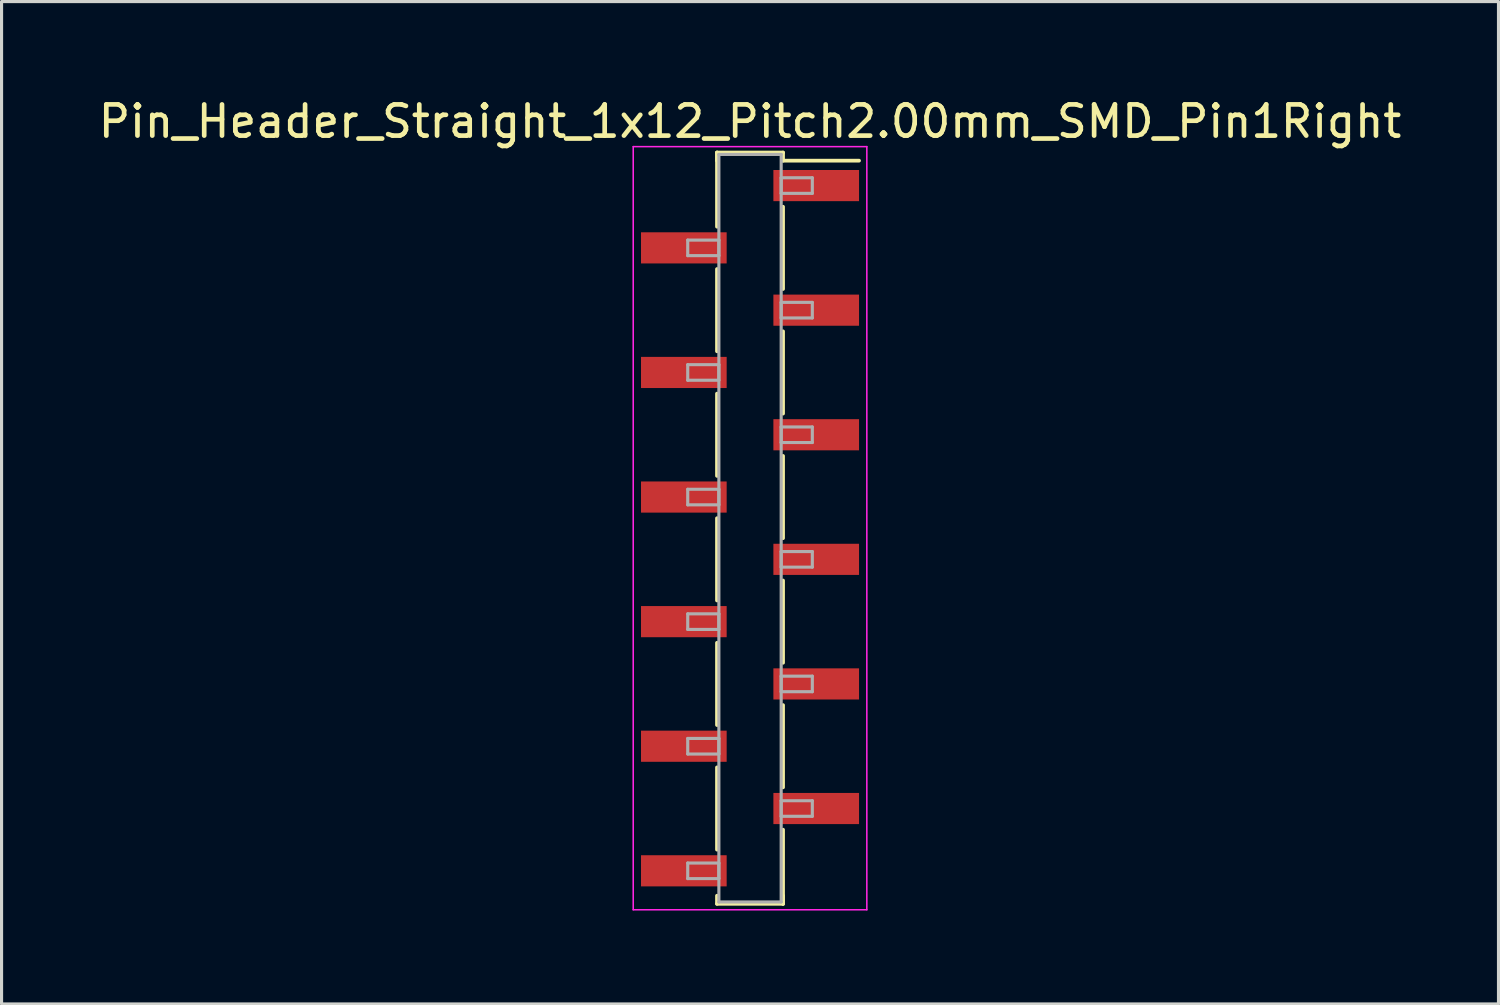
<source format=kicad_pcb>
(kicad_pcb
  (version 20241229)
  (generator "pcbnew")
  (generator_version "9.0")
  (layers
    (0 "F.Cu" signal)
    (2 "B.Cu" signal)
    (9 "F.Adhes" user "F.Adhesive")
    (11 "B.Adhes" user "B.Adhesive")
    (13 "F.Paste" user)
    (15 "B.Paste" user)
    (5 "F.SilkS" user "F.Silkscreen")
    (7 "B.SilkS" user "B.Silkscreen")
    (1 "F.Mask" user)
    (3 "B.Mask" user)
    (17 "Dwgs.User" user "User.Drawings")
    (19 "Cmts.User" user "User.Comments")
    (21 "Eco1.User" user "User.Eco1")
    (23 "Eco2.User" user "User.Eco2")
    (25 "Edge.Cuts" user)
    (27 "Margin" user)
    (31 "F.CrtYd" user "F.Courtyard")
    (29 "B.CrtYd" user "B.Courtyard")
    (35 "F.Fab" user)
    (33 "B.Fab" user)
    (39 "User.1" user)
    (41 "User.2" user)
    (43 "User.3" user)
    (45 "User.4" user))
  (footprint "Pin_Header_Straight_1x12_Pitch2.00mm_SMD_Pin1Right"
    (layer "F.Cu")
    (at 21.03 13.908)
    (property "Reference" "Pin_Header_Straight_1x12_Pitch2.00mm_SMD_Pin1Right" (at 0 -13.06 0) (layer "F.SilkS") (effects (font (size 1 1) (thickness 0.15))))
    (attr smd)
    (fp_line (start -1.06 -12.06) (end -1.06 -9.68) (stroke (width 0.12) (type solid)) (layer "F.SilkS"))
    (fp_line (start -1.06 -12.06) (end 1.06 -12.06) (stroke (width 0.12) (type solid)) (layer "F.SilkS"))
    (fp_line (start -1.06 -11.8) (end -1.06 -12.06) (stroke (width 0.12) (type solid)) (layer "F.SilkS"))
    (fp_line (start -1.06 -8.32) (end -1.06 -5.68) (stroke (width 0.12) (type solid)) (layer "F.SilkS"))
    (fp_line (start -1.06 -4.32) (end -1.06 -1.68) (stroke (width 0.12) (type solid)) (layer "F.SilkS"))
    (fp_line (start -1.06 -0.32) (end -1.06 2.32) (stroke (width 0.12) (type solid)) (layer "F.SilkS"))
    (fp_line (start -1.06 3.68) (end -1.06 6.32) (stroke (width 0.12) (type solid)) (layer "F.SilkS"))
    (fp_line (start -1.06 7.68) (end -1.06 10.32) (stroke (width 0.12) (type solid)) (layer "F.SilkS"))
    (fp_line (start -1.06 11.8) (end -1.06 12.06) (stroke (width 0.12) (type solid)) (layer "F.SilkS"))
    (fp_line (start -1.06 12.06) (end 1.06 12.06) (stroke (width 0.12) (type solid)) (layer "F.SilkS"))
    (fp_line (start 1.06 -12.06) (end 1.06 -11.8) (stroke (width 0.12) (type solid)) (layer "F.SilkS"))
    (fp_line (start 1.06 -11.8) (end 3.5 -11.8) (stroke (width 0.12) (type solid)) (layer "F.SilkS"))
    (fp_line (start 1.06 -10.32) (end 1.06 -7.68) (stroke (width 0.12) (type solid)) (layer "F.SilkS"))
    (fp_line (start 1.06 -6.32) (end 1.06 -3.68) (stroke (width 0.12) (type solid)) (layer "F.SilkS"))
    (fp_line (start 1.06 -2.32) (end 1.06 0.32) (stroke (width 0.12) (type solid)) (layer "F.SilkS"))
    (fp_line (start 1.06 1.68) (end 1.06 4.32) (stroke (width 0.12) (type solid)) (layer "F.SilkS"))
    (fp_line (start 1.06 5.68) (end 1.06 8.32) (stroke (width 0.12) (type solid)) (layer "F.SilkS"))
    (fp_line (start 1.06 9.68) (end 1.06 12.06) (stroke (width 0.12) (type solid)) (layer "F.SilkS"))
    (fp_line (start 1.06 12.06) (end 1.06 11.8) (stroke (width 0.12) (type solid)) (layer "F.SilkS"))
    (fp_line (start -3.75 -12.25) (end -3.75 12.25) (stroke (width 0.05) (type solid)) (layer "F.CrtYd"))
    (fp_line (start -3.75 12.25) (end 3.75 12.25) (stroke (width 0.05) (type solid)) (layer "F.CrtYd"))
    (fp_line (start 3.75 -12.25) (end -3.75 -12.25) (stroke (width 0.05) (type solid)) (layer "F.CrtYd"))
    (fp_line (start 3.75 12.25) (end 3.75 -12.25) (stroke (width 0.05) (type solid)) (layer "F.CrtYd"))
    (fp_line (start -2 -9.25) (end -1 -9.25) (stroke (width 0.1) (type solid)) (layer "F.Fab"))
    (fp_line (start -2 -8.75) (end -2 -9.25) (stroke (width 0.1) (type solid)) (layer "F.Fab"))
    (fp_line (start -2 -5.25) (end -1 -5.25) (stroke (width 0.1) (type solid)) (layer "F.Fab"))
    (fp_line (start -2 -4.75) (end -2 -5.25) (stroke (width 0.1) (type solid)) (layer "F.Fab"))
    (fp_line (start -2 -1.25) (end -1 -1.25) (stroke (width 0.1) (type solid)) (layer "F.Fab"))
    (fp_line (start -2 -0.75) (end -2 -1.25) (stroke (width 0.1) (type solid)) (layer "F.Fab"))
    (fp_line (start -2 2.75) (end -1 2.75) (stroke (width 0.1) (type solid)) (layer "F.Fab"))
    (fp_line (start -2 3.25) (end -2 2.75) (stroke (width 0.1) (type solid)) (layer "F.Fab"))
    (fp_line (start -2 6.75) (end -1 6.75) (stroke (width 0.1) (type solid)) (layer "F.Fab"))
    (fp_line (start -2 7.25) (end -2 6.75) (stroke (width 0.1) (type solid)) (layer "F.Fab"))
    (fp_line (start -2 10.75) (end -1 10.75) (stroke (width 0.1) (type solid)) (layer "F.Fab"))
    (fp_line (start -2 11.25) (end -2 10.75) (stroke (width 0.1) (type solid)) (layer "F.Fab"))
    (fp_line (start -1 -12) (end -1 12) (stroke (width 0.1) (type solid)) (layer "F.Fab"))
    (fp_line (start -1 -9.25) (end -1 -8.75) (stroke (width 0.1) (type solid)) (layer "F.Fab"))
    (fp_line (start -1 -8.75) (end -2 -8.75) (stroke (width 0.1) (type solid)) (layer "F.Fab"))
    (fp_line (start -1 -5.25) (end -1 -4.75) (stroke (width 0.1) (type solid)) (layer "F.Fab"))
    (fp_line (start -1 -4.75) (end -2 -4.75) (stroke (width 0.1) (type solid)) (layer "F.Fab"))
    (fp_line (start -1 -1.25) (end -1 -0.75) (stroke (width 0.1) (type solid)) (layer "F.Fab"))
    (fp_line (start -1 -0.75) (end -2 -0.75) (stroke (width 0.1) (type solid)) (layer "F.Fab"))
    (fp_line (start -1 2.75) (end -1 3.25) (stroke (width 0.1) (type solid)) (layer "F.Fab"))
    (fp_line (start -1 3.25) (end -2 3.25) (stroke (width 0.1) (type solid)) (layer "F.Fab"))
    (fp_line (start -1 6.75) (end -1 7.25) (stroke (width 0.1) (type solid)) (layer "F.Fab"))
    (fp_line (start -1 7.25) (end -2 7.25) (stroke (width 0.1) (type solid)) (layer "F.Fab"))
    (fp_line (start -1 10.75) (end -1 11.25) (stroke (width 0.1) (type solid)) (layer "F.Fab"))
    (fp_line (start -1 11.25) (end -2 11.25) (stroke (width 0.1) (type solid)) (layer "F.Fab"))
    (fp_line (start -1 12) (end 1 12) (stroke (width 0.1) (type solid)) (layer "F.Fab"))
    (fp_line (start 1 -12) (end -1 -12) (stroke (width 0.1) (type solid)) (layer "F.Fab"))
    (fp_line (start 1 -11.25) (end 1 -10.75) (stroke (width 0.1) (type solid)) (layer "F.Fab"))
    (fp_line (start 1 -10.75) (end 2 -10.75) (stroke (width 0.1) (type solid)) (layer "F.Fab"))
    (fp_line (start 1 -7.25) (end 1 -6.75) (stroke (width 0.1) (type solid)) (layer "F.Fab"))
    (fp_line (start 1 -6.75) (end 2 -6.75) (stroke (width 0.1) (type solid)) (layer "F.Fab"))
    (fp_line (start 1 -3.25) (end 1 -2.75) (stroke (width 0.1) (type solid)) (layer "F.Fab"))
    (fp_line (start 1 -2.75) (end 2 -2.75) (stroke (width 0.1) (type solid)) (layer "F.Fab"))
    (fp_line (start 1 0.75) (end 1 1.25) (stroke (width 0.1) (type solid)) (layer "F.Fab"))
    (fp_line (start 1 1.25) (end 2 1.25) (stroke (width 0.1) (type solid)) (layer "F.Fab"))
    (fp_line (start 1 4.75) (end 1 5.25) (stroke (width 0.1) (type solid)) (layer "F.Fab"))
    (fp_line (start 1 5.25) (end 2 5.25) (stroke (width 0.1) (type solid)) (layer "F.Fab"))
    (fp_line (start 1 8.75) (end 1 9.25) (stroke (width 0.1) (type solid)) (layer "F.Fab"))
    (fp_line (start 1 9.25) (end 2 9.25) (stroke (width 0.1) (type solid)) (layer "F.Fab"))
    (fp_line (start 1 12) (end 1 -12) (stroke (width 0.1) (type solid)) (layer "F.Fab"))
    (fp_line (start 2 -11.25) (end 1 -11.25) (stroke (width 0.1) (type solid)) (layer "F.Fab"))
    (fp_line (start 2 -10.75) (end 2 -11.25) (stroke (width 0.1) (type solid)) (layer "F.Fab"))
    (fp_line (start 2 -7.25) (end 1 -7.25) (stroke (width 0.1) (type solid)) (layer "F.Fab"))
    (fp_line (start 2 -6.75) (end 2 -7.25) (stroke (width 0.1) (type solid)) (layer "F.Fab"))
    (fp_line (start 2 -3.25) (end 1 -3.25) (stroke (width 0.1) (type solid)) (layer "F.Fab"))
    (fp_line (start 2 -2.75) (end 2 -3.25) (stroke (width 0.1) (type solid)) (layer "F.Fab"))
    (fp_line (start 2 0.75) (end 1 0.75) (stroke (width 0.1) (type solid)) (layer "F.Fab"))
    (fp_line (start 2 1.25) (end 2 0.75) (stroke (width 0.1) (type solid)) (layer "F.Fab"))
    (fp_line (start 2 4.75) (end 1 4.75) (stroke (width 0.1) (type solid)) (layer "F.Fab"))
    (fp_line (start 2 5.25) (end 2 4.75) (stroke (width 0.1) (type solid)) (layer "F.Fab"))
    (fp_line (start 2 8.75) (end 1 8.75) (stroke (width 0.1) (type solid)) (layer "F.Fab"))
    (fp_line (start 2 9.25) (end 2 8.75) (stroke (width 0.1) (type solid)) (layer "F.Fab"))
    (pad "1" smd rect (at 2.125 -11) (size 2.75 1) (layers "F.Cu" "F.Mask"))
    (pad "2" smd rect (at -2.125 -9) (size 2.75 1) (layers "F.Cu" "F.Mask"))
    (pad "3" smd rect (at 2.125 -7) (size 2.75 1) (layers "F.Cu" "F.Mask"))
    (pad "4" smd rect (at -2.125 -5) (size 2.75 1) (layers "F.Cu" "F.Mask"))
    (pad "5" smd rect (at 2.125 -3) (size 2.75 1) (layers "F.Cu" "F.Mask"))
    (pad "6" smd rect (at -2.125 -1) (size 2.75 1) (layers "F.Cu" "F.Mask"))
    (pad "7" smd rect (at 2.125 1) (size 2.75 1) (layers "F.Cu" "F.Mask"))
    (pad "8" smd rect (at -2.125 3) (size 2.75 1) (layers "F.Cu" "F.Mask"))
    (pad "9" smd rect (at 2.125 5) (size 2.75 1) (layers "F.Cu" "F.Mask"))
    (pad "10" smd rect (at -2.125 7) (size 2.75 1) (layers "F.Cu" "F.Mask"))
    (pad "11" smd rect (at 2.125 9) (size 2.75 1) (layers "F.Cu" "F.Mask"))
    (pad "12" smd rect (at -2.125 11) (size 2.75 1) (layers "F.Cu" "F.Mask")))
  (gr_rect
    (start -3 -3)
    (end 45.06 29.183)
    (stroke (width 0.1) (type default))
    (fill no)
    (layer "Edge.Cuts")))
</source>
